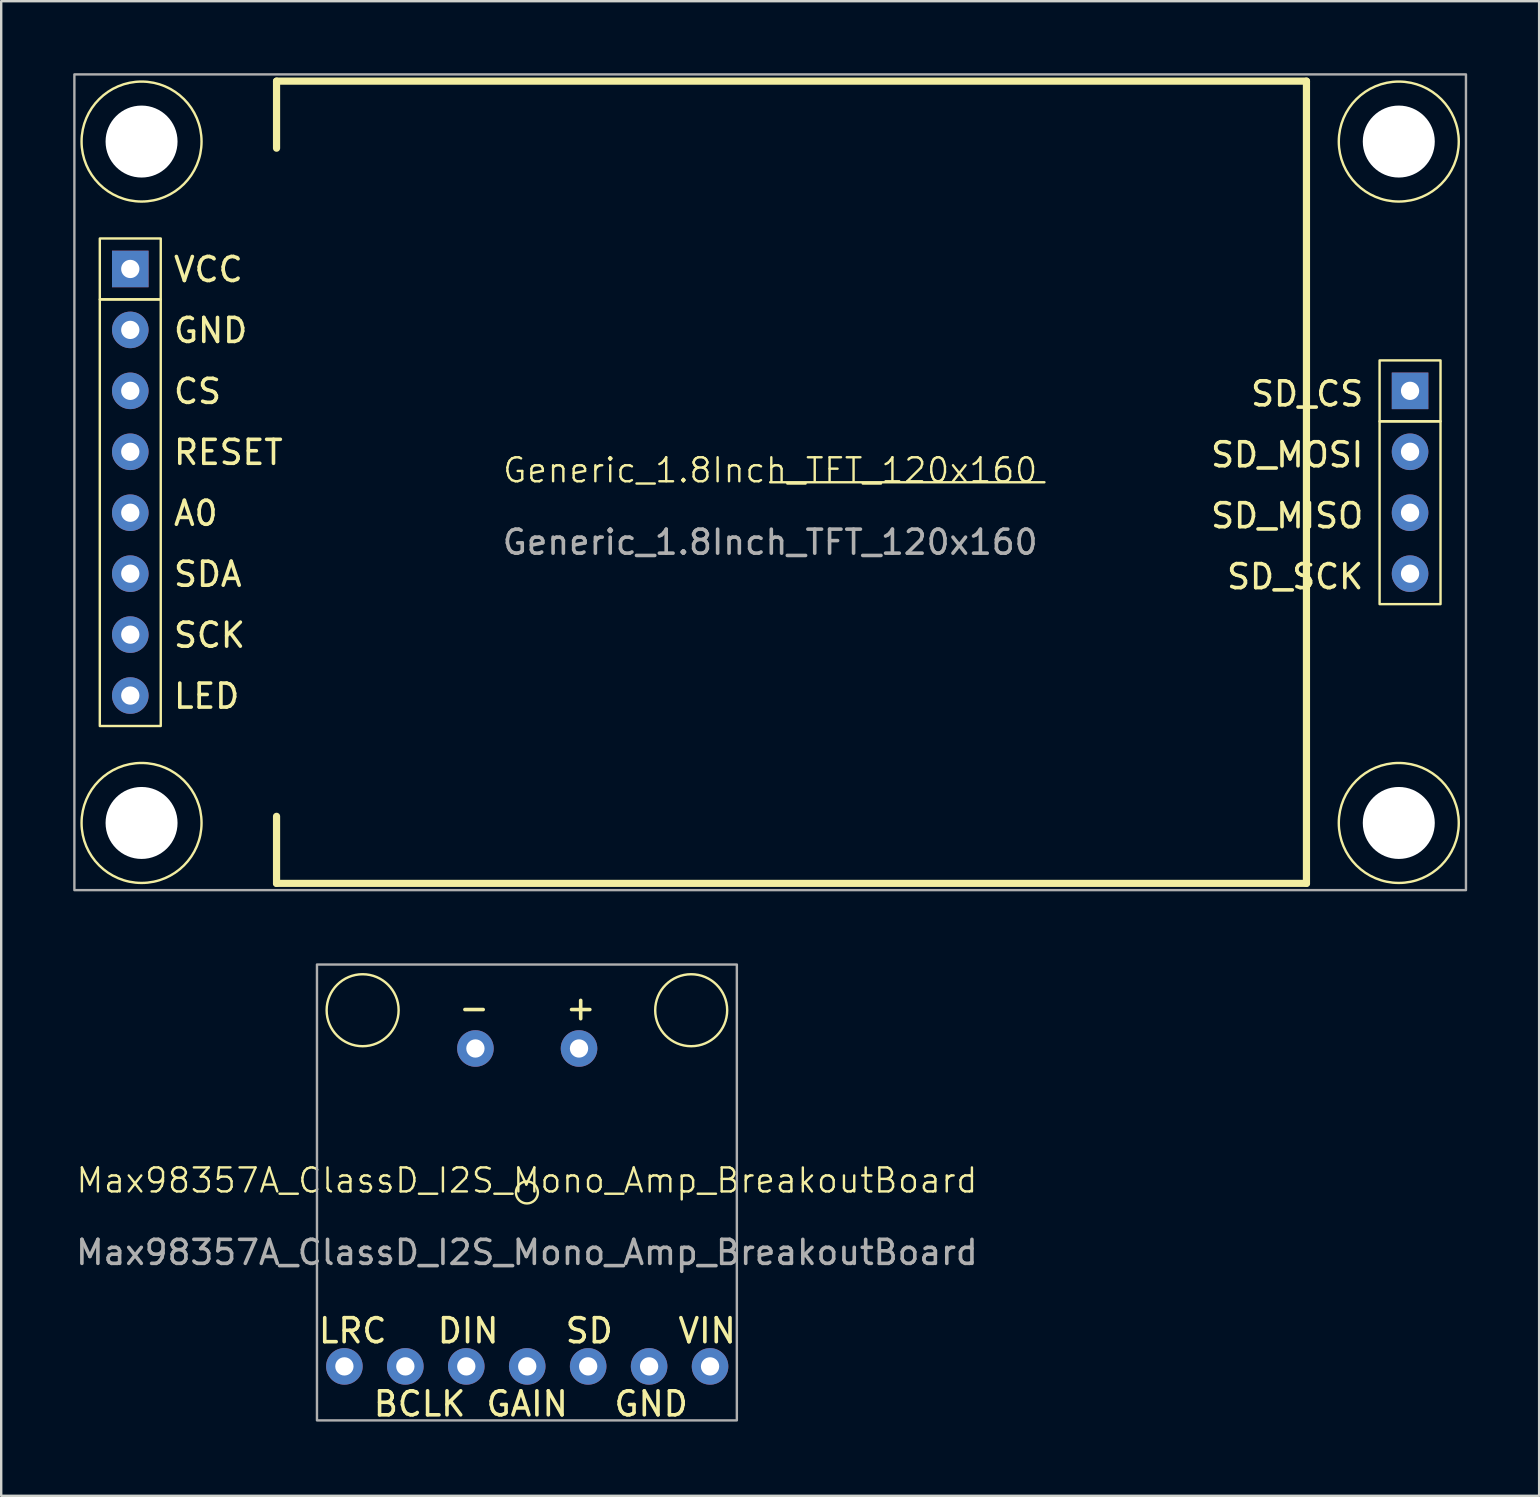
<source format=kicad_pcb>
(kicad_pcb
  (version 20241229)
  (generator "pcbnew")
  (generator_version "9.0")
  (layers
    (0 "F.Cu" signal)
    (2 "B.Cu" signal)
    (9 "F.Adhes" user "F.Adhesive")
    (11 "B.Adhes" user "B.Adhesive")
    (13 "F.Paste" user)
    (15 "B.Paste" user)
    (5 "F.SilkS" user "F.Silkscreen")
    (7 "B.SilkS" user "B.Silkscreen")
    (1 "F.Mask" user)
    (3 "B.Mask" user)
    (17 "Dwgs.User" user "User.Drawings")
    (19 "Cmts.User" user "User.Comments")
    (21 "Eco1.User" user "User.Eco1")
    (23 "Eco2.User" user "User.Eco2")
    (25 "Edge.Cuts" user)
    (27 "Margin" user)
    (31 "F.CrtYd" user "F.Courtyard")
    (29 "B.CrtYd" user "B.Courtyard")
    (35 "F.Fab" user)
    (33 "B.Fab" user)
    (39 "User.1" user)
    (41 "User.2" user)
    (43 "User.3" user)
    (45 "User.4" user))
  (footprint "Generic_1.8Inch_TFT_120x160"
    (layer "F.Cu")
    (at 29.05 17.05)
    (property "Reference" "Generic_1.8Inch_TFT_120x160" (at 0 -0.5 0) (unlocked yes) (layer "F.SilkS") (effects (font (size 1 1) (thickness 0.1))))
    (attr through_hole)
    (fp_line (start -20.574 -13.924) (end -20.574 -16.718) (stroke (width 0.3) (type default)) (layer "F.SilkS"))
    (fp_line (start -20.574 16.718) (end -20.574 13.924) (stroke (width 0.3) (type default)) (layer "F.SilkS"))
    (fp_line (start 0 0) (end 11.43 0) (stroke (width 0.1) (type default)) (layer "F.SilkS"))
    (fp_line (start 22.352 -16.718) (end -20.574 -16.718) (stroke (width 0.3) (type default)) (layer "F.SilkS"))
    (fp_line (start 22.352 -16.718) (end 22.352 16.718) (stroke (width 0.3) (type default)) (layer "F.SilkS"))
    (fp_line (start 22.352 16.718) (end -20.574 16.718) (stroke (width 0.3) (type default)) (layer "F.SilkS"))
    (fp_rect (start -27.94 -10.16) (end -25.4 -7.62) (stroke (width 0.1) (type default)) (fill no) (layer "F.SilkS"))
    (fp_rect (start -27.94 -7.62) (end -25.4 10.16) (stroke (width 0.1) (type default)) (fill no) (layer "F.SilkS"))
    (fp_rect (start 25.4 -5.08) (end 27.94 -2.54) (stroke (width 0.1) (type default)) (fill no) (layer "F.SilkS"))
    (fp_rect (start 25.4 -2.54) (end 27.94 5.08) (stroke (width 0.1) (type default)) (fill no) (layer "F.SilkS"))
    (fp_circle (center -26.2 -14.2) (end -23.7 -14.2) (stroke (width 0.1) (type default)) (fill no) (layer "F.SilkS"))
    (fp_circle (center -26.2 14.2) (end -23.7 14.2) (stroke (width 0.1) (type default)) (fill no) (layer "F.SilkS"))
    (fp_circle (center 26.2 -14.2) (end 28.7 -14.2) (stroke (width 0.1) (type default)) (fill no) (layer "F.SilkS"))
    (fp_circle (center 26.2 14.2) (end 28.7 14.2) (stroke (width 0.1) (type default)) (fill no) (layer "F.SilkS"))
    (fp_rect (start -29 -17) (end 29 17) (stroke (width 0.1) (type default)) (fill no) (layer "F.Fab"))
    (fp_text user "RESET" (at -24.943 -0.66 0) (unlocked yes) (layer "F.SilkS") (effects (font (size 1 1) (thickness 0.15)) (justify left bottom)))
    (fp_text user "SDA" (at -24.943 4.42 0) (unlocked yes) (layer "F.SilkS") (effects (font (size 1 1) (thickness 0.15)) (justify left bottom)))
    (fp_text user "GND" (at -24.943 -5.74 0) (unlocked yes) (layer "F.SilkS") (effects (font (size 1 1) (thickness 0.15)) (justify left bottom)))
    (fp_text user "SD_MISO" (at 18.282 1.981 0) (unlocked yes) (layer "F.SilkS") (effects (font (size 1 1) (thickness 0.15)) (justify left bottom)))
    (fp_text user "VCC" (at -24.943 -8.28 0) (unlocked yes) (layer "F.SilkS") (effects (font (size 1 1) (thickness 0.15)) (justify left bottom)))
    (fp_text user "CS" (at -24.943 -3.2 0) (unlocked yes) (layer "F.SilkS") (effects (font (size 1 1) (thickness 0.15)) (justify left bottom)))
    (fp_text user "SCK" (at -24.943 6.96 0) (unlocked yes) (layer "F.SilkS") (effects (font (size 1 1) (thickness 0.15)) (justify left bottom)))
    (fp_text user "SD_SCK" (at 18.948 4.521 0) (unlocked yes) (layer "F.SilkS") (effects (font (size 1 1) (thickness 0.15)) (justify left bottom)))
    (fp_text user "SD_MOSI" (at 18.282 -0.559 0) (unlocked yes) (layer "F.SilkS") (effects (font (size 1 1) (thickness 0.15)) (justify left bottom)))
    (fp_text user "A0" (at -24.943 1.88 0) (unlocked yes) (layer "F.SilkS") (effects (font (size 1 1) (thickness 0.15)) (justify left bottom)))
    (fp_text user "LED" (at -24.943 9.5 0) (unlocked yes) (layer "F.SilkS") (effects (font (size 1 1) (thickness 0.15)) (justify left bottom)))
    (fp_text user "SD_CS" (at 19.948 -3.099 0) (unlocked yes) (layer "F.SilkS") (effects (font (size 1 1) (thickness 0.15)) (justify left bottom)))
    (fp_text user "${REFERENCE}" (at 0 2.5 0) (unlocked yes) (layer "F.Fab") (effects (font (size 1 1) (thickness 0.15))))
    (pad "" np_thru_hole circle (at -26.2 -14.2) (size 3 3) (drill 3) (layers "*.Cu" "*.Mask"))
    (pad "" np_thru_hole circle (at -26.2 14.2) (size 3 3) (drill 3) (layers "*.Cu" "*.Mask"))
    (pad "" np_thru_hole circle (at 26.2 -14.2 90) (size 3 3) (drill 3) (layers "*.Cu" "*.Mask"))
    (pad "" np_thru_hole circle (at 26.2 14.2) (size 3 3) (drill 3) (layers "*.Cu" "*.Mask"))
    (pad "1" thru_hole circle (at -26.67 8.89) (size 1.524 1.524) (drill 0.762) (layers "*.Cu" "*.Mask"))
    (pad "2" thru_hole circle (at 26.67 1.27) (size 1.524 1.524) (drill 0.762) (layers "*.Cu" "*.Mask"))
    (pad "3" thru_hole circle (at -26.67 6.35) (size 1.524 1.524) (drill 0.762) (layers "*.Cu" "*.Mask"))
    (pad "4" thru_hole circle (at -26.67 3.81) (size 1.524 1.524) (drill 0.762) (layers "*.Cu" "*.Mask"))
    (pad "5" thru_hole circle (at -26.67 -3.81) (size 1.524 1.524) (drill 0.762) (layers "*.Cu" "*.Mask"))
    (pad "6" thru_hole rect (at 26.67 -3.81) (size 1.524 1.524) (drill 0.762) (layers "*.Cu" "*.Mask"))
    (pad "7" thru_hole circle (at -26.67 1.27) (size 1.524 1.524) (drill 0.762) (layers "*.Cu" "*.Mask"))
    (pad "8" thru_hole circle (at -26.67 -1.27) (size 1.524 1.524) (drill 0.762) (layers "*.Cu" "*.Mask"))
    (pad "9" thru_hole rect (at -26.67 -8.89) (size 1.524 1.524) (drill 0.762) (layers "*.Cu" "*.Mask"))
    (pad "10" thru_hole circle (at -26.67 -6.35) (size 1.524 1.524) (drill 0.762) (layers "*.Cu" "*.Mask"))
    (pad "11" thru_hole circle (at 26.67 -1.27) (size 1.524 1.524) (drill 0.762) (layers "*.Cu" "*.Mask"))
    (pad "12" thru_hole circle (at 26.67 3.81) (size 1.524 1.524) (drill 0.762) (layers "*.Cu" "*.Mask")))
  (footprint "Max98357A_ClassD_I2S_Mono_Amp_BreakoutBoard"
    (layer "F.Cu")
    (at 18.911 46.65)
    (property "Reference" "Max98357A_ClassD_I2S_Mono_Amp_BreakoutBoard" (at 0 -0.5 0) (unlocked yes) (layer "F.SilkS") (effects (font (size 1 1) (thickness 0.1))))
    (attr through_hole)
    (fp_circle (center -6.847 -7.595) (end -5.347 -7.595) (stroke (width 0.1) (type default)) (fill no) (layer "F.SilkS"))
    (fp_circle (center 0 0) (end 0.254 0.381) (stroke (width 0.1) (type default)) (fill no) (layer "F.SilkS"))
    (fp_circle (center 6.847 -7.595) (end 8.347 -7.595) (stroke (width 0.1) (type default)) (fill no) (layer "F.SilkS"))
    (fp_rect (start -8.75 -9.5) (end 8.75 9.5) (stroke (width 0.1) (type default)) (fill no) (layer "F.Fab"))
    (fp_text user "+" (at 1.524 -7.112 0) (unlocked yes) (layer "F.SilkS") (effects (font (size 1 1) (thickness 0.15)) (justify left bottom)))
    (fp_text user "BCLK" (at -6.477 9.398 0) (unlocked yes) (layer "F.SilkS") (effects (font (size 1 1) (thickness 0.15)) (justify left bottom)))
    (fp_text user "LRC" (at -8.763 6.35 0) (unlocked yes) (layer "F.SilkS") (effects (font (size 1 1) (thickness 0.15)) (justify left bottom)))
    (fp_text user "GAIN" (at -1.778 9.398 0) (unlocked yes) (layer "F.SilkS") (effects (font (size 1 1) (thickness 0.15)) (justify left bottom)))
    (fp_text user "DIN" (at -3.81 6.35 0) (unlocked yes) (layer "F.SilkS") (effects (font (size 1 1) (thickness 0.15)) (justify left bottom)))
    (fp_text user "VIN" (at 6.223 6.35 0) (unlocked yes) (layer "F.SilkS") (effects (font (size 1 1) (thickness 0.15)) (justify left bottom)))
    (fp_text user "SD" (at 1.524 6.35 0) (unlocked yes) (layer "F.SilkS") (effects (font (size 1 1) (thickness 0.15)) (justify left bottom)))
    (fp_text user "-" (at -2.921 -7.112 0) (unlocked yes) (layer "F.SilkS") (effects (font (size 1 1) (thickness 0.15)) (justify left bottom)))
    (fp_text user "GND" (at 3.556 9.398 0) (unlocked yes) (layer "F.SilkS") (effects (font (size 1 1) (thickness 0.15)) (justify left bottom)))
    (fp_text user "${REFERENCE}" (at 0 2.5 0) (unlocked yes) (layer "F.Fab") (effects (font (size 1 1) (thickness 0.15))))
    (pad "1" thru_hole circle (at -7.607 7.25 90) (size 1.524 1.524) (drill 0.762) (layers "*.Cu" "*.Mask"))
    (pad "2" thru_hole circle (at -5.067 7.25 90) (size 1.524 1.524) (drill 0.762) (layers "*.Cu" "*.Mask"))
    (pad "3" thru_hole circle (at -2.527 7.25 90) (size 1.524 1.524) (drill 0.762) (layers "*.Cu" "*.Mask"))
    (pad "4" thru_hole circle (at 0.013 7.25 90) (size 1.524 1.524) (drill 0.762) (layers "*.Cu" "*.Mask"))
    (pad "5" thru_hole circle (at 2.553 7.25 90) (size 1.524 1.524) (drill 0.762) (layers "*.Cu" "*.Mask"))
    (pad "6" thru_hole circle (at 5.093 7.25 90) (size 1.524 1.524) (drill 0.762) (layers "*.Cu" "*.Mask"))
    (pad "7" thru_hole circle (at 7.633 7.25 90) (size 1.524 1.524) (drill 0.762) (layers "*.Cu" "*.Mask"))
    (pad "8" thru_hole circle (at -2.146 -6) (size 1.524 1.524) (drill 0.762) (layers "*.Cu" "*.Mask"))
    (pad "9" thru_hole circle (at 2.172 -6) (size 1.524 1.524) (drill 0.762) (layers "*.Cu" "*.Mask")))
  (gr_rect
    (start -3 -3)
    (end 61.1 59.294)
    (stroke (width 0.1) (type default))
    (fill no)
    (layer "Edge.Cuts")))
</source>
